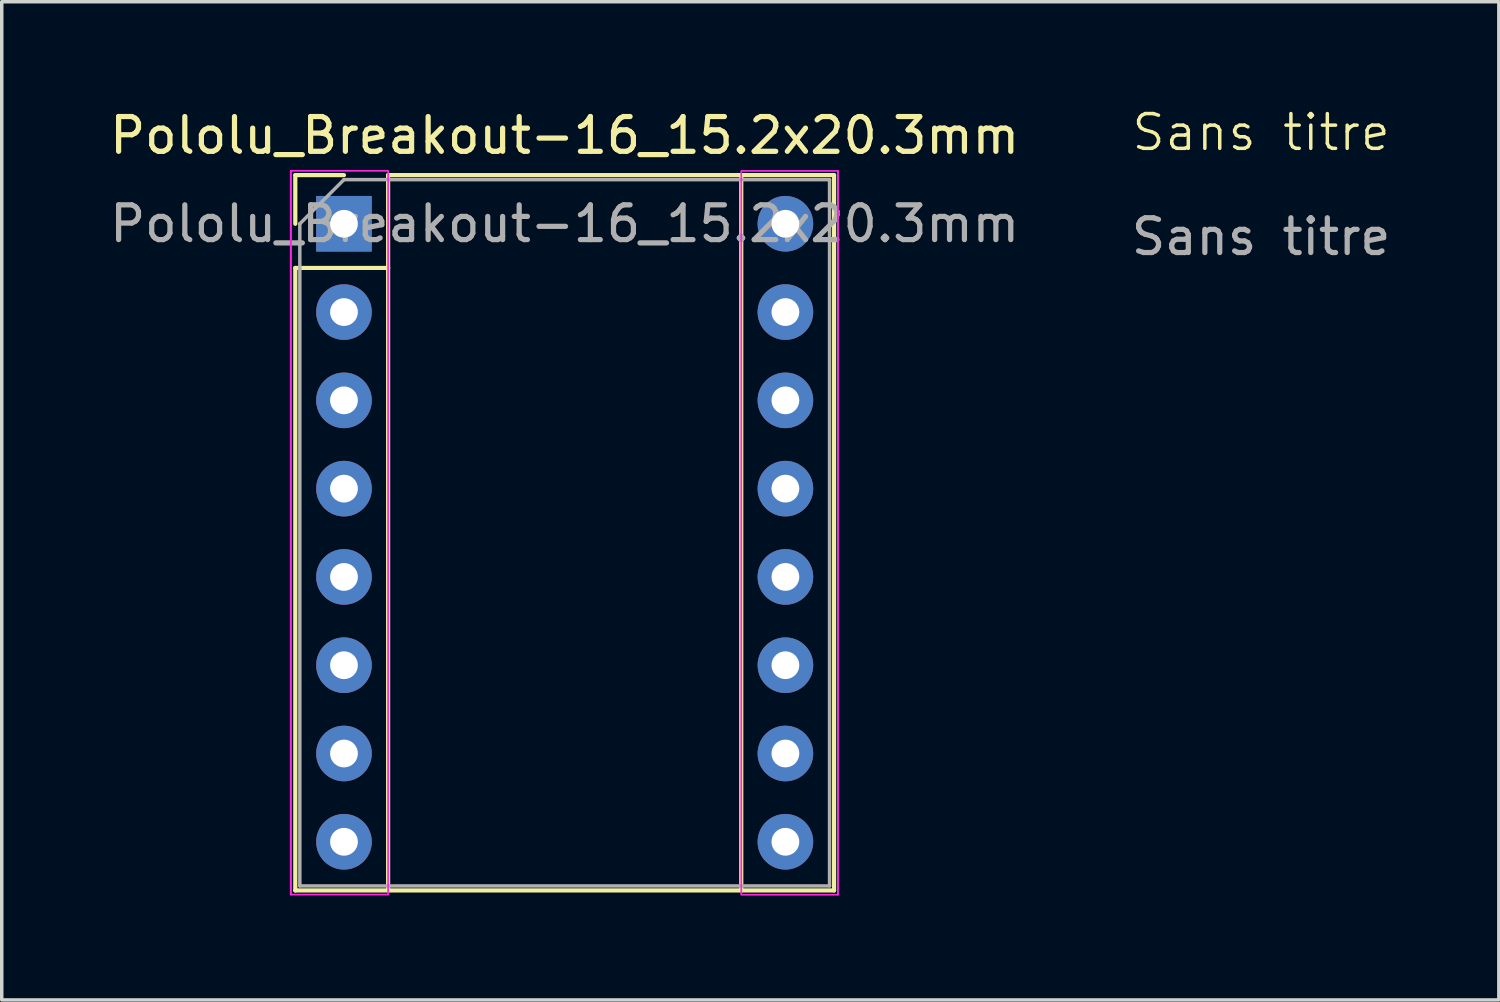
<source format=kicad_pcb>
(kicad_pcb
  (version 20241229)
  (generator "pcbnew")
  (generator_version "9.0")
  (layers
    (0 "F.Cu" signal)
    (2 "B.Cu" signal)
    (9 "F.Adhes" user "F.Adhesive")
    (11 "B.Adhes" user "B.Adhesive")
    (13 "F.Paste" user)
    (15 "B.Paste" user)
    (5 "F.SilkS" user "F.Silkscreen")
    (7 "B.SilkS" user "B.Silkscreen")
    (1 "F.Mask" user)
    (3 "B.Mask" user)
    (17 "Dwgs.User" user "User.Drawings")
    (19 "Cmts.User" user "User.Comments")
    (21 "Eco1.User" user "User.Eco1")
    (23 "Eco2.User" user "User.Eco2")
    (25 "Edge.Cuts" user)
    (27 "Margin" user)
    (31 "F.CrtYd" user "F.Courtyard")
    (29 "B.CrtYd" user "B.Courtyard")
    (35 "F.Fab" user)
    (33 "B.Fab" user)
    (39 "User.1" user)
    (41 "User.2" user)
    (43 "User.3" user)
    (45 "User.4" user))
  (footprint "Pololu_Breakout-16_15.2x20.3mm"
    (layer "F.Cu")
    (at 6.846 3.388)
    (property "Reference" "Pololu_Breakout-16_15.2x20.3mm" (at 6.35 -2.54 180) (layer "F.SilkS") (effects (font (size 1 1) (thickness 0.15))))
    (attr through_hole)
    (fp_line (start -1.4 -1.4) (end -1.4 0) (stroke (width 0.12) (type solid)) (layer "F.SilkS"))
    (fp_line (start -1.4 1.27) (end -1.4 19.18) (stroke (width 0.12) (type solid)) (layer "F.SilkS"))
    (fp_line (start -1.4 19.18) (end 14.1 19.18) (stroke (width 0.12) (type solid)) (layer "F.SilkS"))
    (fp_line (start 0 -1.4) (end -1.4 -1.4) (stroke (width 0.12) (type solid)) (layer "F.SilkS"))
    (fp_line (start 1.27 -1.4) (end 1.27 1.27) (stroke (width 0.12) (type solid)) (layer "F.SilkS"))
    (fp_line (start 1.27 1.27) (end -1.4 1.27) (stroke (width 0.12) (type solid)) (layer "F.SilkS"))
    (fp_line (start 1.27 1.27) (end 1.27 19.18) (stroke (width 0.12) (type solid)) (layer "F.SilkS"))
    (fp_line (start 11.43 -1.4) (end 11.43 19.18) (stroke (width 0.12) (type solid)) (layer "F.SilkS"))
    (fp_line (start 14.1 -1.4) (end 1.27 -1.4) (stroke (width 0.12) (type solid)) (layer "F.SilkS"))
    (fp_line (start 14.1 19.18) (end 14.1 -1.4) (stroke (width 0.12) (type solid)) (layer "F.SilkS"))
    (fp_line (start -1.53 -1.52) (end -1.53 19.3) (stroke (width 0.05) (type solid)) (layer "F.CrtYd"))
    (fp_line (start 14.21 19.3) (end 14.21 -1.52) (stroke (width 0.05) (type solid)) (layer "F.CrtYd"))
    (fp_rect (start -1.53 19.3) (end 1.27 -1.524) (stroke (width 0.05) (type default)) (fill no) (layer "F.CrtYd"))
    (fp_rect (start 14.21 -1.52) (end 11.43 19.304) (stroke (width 0.05) (type default)) (fill no) (layer "F.CrtYd"))
    (fp_line (start -1.27 0) (end 0 -1.27) (stroke (width 0.1) (type solid)) (layer "F.Fab"))
    (fp_line (start -1.27 19.05) (end -1.27 0) (stroke (width 0.1) (type solid)) (layer "F.Fab"))
    (fp_line (start 0 -1.27) (end 13.97 -1.27) (stroke (width 0.1) (type solid)) (layer "F.Fab"))
    (fp_line (start 13.97 -1.27) (end 13.97 19.05) (stroke (width 0.1) (type solid)) (layer "F.Fab"))
    (fp_line (start 13.97 19.05) (end -1.27 19.05) (stroke (width 0.1) (type solid)) (layer "F.Fab"))
    (fp_text user "${REFERENCE}" (at 6.35 0 180) (layer "F.Fab") (effects (font (size 1 1) (thickness 0.15))))
    (pad "1" thru_hole rect (at 0 0) (size 1.6 1.6) (drill 0.8) (layers "*.Cu" "*.Mask"))
    (pad "2" thru_hole oval (at 0 2.54) (size 1.6 1.6) (drill 0.8) (layers "*.Cu" "*.Mask"))
    (pad "3" thru_hole oval (at 0 5.08) (size 1.6 1.6) (drill 0.8) (layers "*.Cu" "*.Mask"))
    (pad "4" thru_hole oval (at 0 7.62) (size 1.6 1.6) (drill 0.8) (layers "*.Cu" "*.Mask"))
    (pad "5" thru_hole oval (at 0 10.16) (size 1.6 1.6) (drill 0.8) (layers "*.Cu" "*.Mask"))
    (pad "6" thru_hole oval (at 0 12.7) (size 1.6 1.6) (drill 0.8) (layers "*.Cu" "*.Mask"))
    (pad "7" thru_hole oval (at 0 15.24) (size 1.6 1.6) (drill 0.8) (layers "*.Cu" "*.Mask"))
    (pad "8" thru_hole oval (at 0 17.78) (size 1.6 1.6) (drill 0.8) (layers "*.Cu" "*.Mask"))
    (pad "9" thru_hole oval (at 12.7 17.78) (size 1.6 1.6) (drill 0.8) (layers "*.Cu" "*.Mask"))
    (pad "10" thru_hole oval (at 12.7 15.24) (size 1.6 1.6) (drill 0.8) (layers "*.Cu" "*.Mask"))
    (pad "11" thru_hole oval (at 12.7 12.7) (size 1.6 1.6) (drill 0.8) (layers "*.Cu" "*.Mask"))
    (pad "12" thru_hole oval (at 12.7 10.16) (size 1.6 1.6) (drill 0.8) (layers "*.Cu" "*.Mask"))
    (pad "13" thru_hole oval (at 12.7 7.62) (size 1.6 1.6) (drill 0.8) (layers "*.Cu" "*.Mask"))
    (pad "14" thru_hole oval (at 12.7 5.08) (size 1.6 1.6) (drill 0.8) (layers "*.Cu" "*.Mask"))
    (pad "15" thru_hole oval (at 12.7 2.54) (size 1.6 1.6) (drill 0.8) (layers "*.Cu" "*.Mask"))
    (pad "16" thru_hole oval (at 12.7 0) (size 1.6 1.6) (drill 0.8) (layers "*.Cu" "*.Mask")))
  (footprint "Sans titre"
    (layer "F.Cu")
    (at 33.232 1.26)
    (property "Reference" "Sans titre" (at 0 -0.5 0) (unlocked yes) (layer "F.SilkS") (effects (font (size 1 1) (thickness 0.1))))
    (attr through_hole)
    (fp_text user "${REFERENCE}" (at 0 2.5 0) (unlocked yes) (layer "F.Fab") (effects (font (size 1 1) (thickness 0.15)))))
  (gr_rect
    (start -3 -3)
    (end 40.071 25.717)
    (stroke (width 0.1) (type default))
    (fill no)
    (layer "Edge.Cuts")))
</source>
